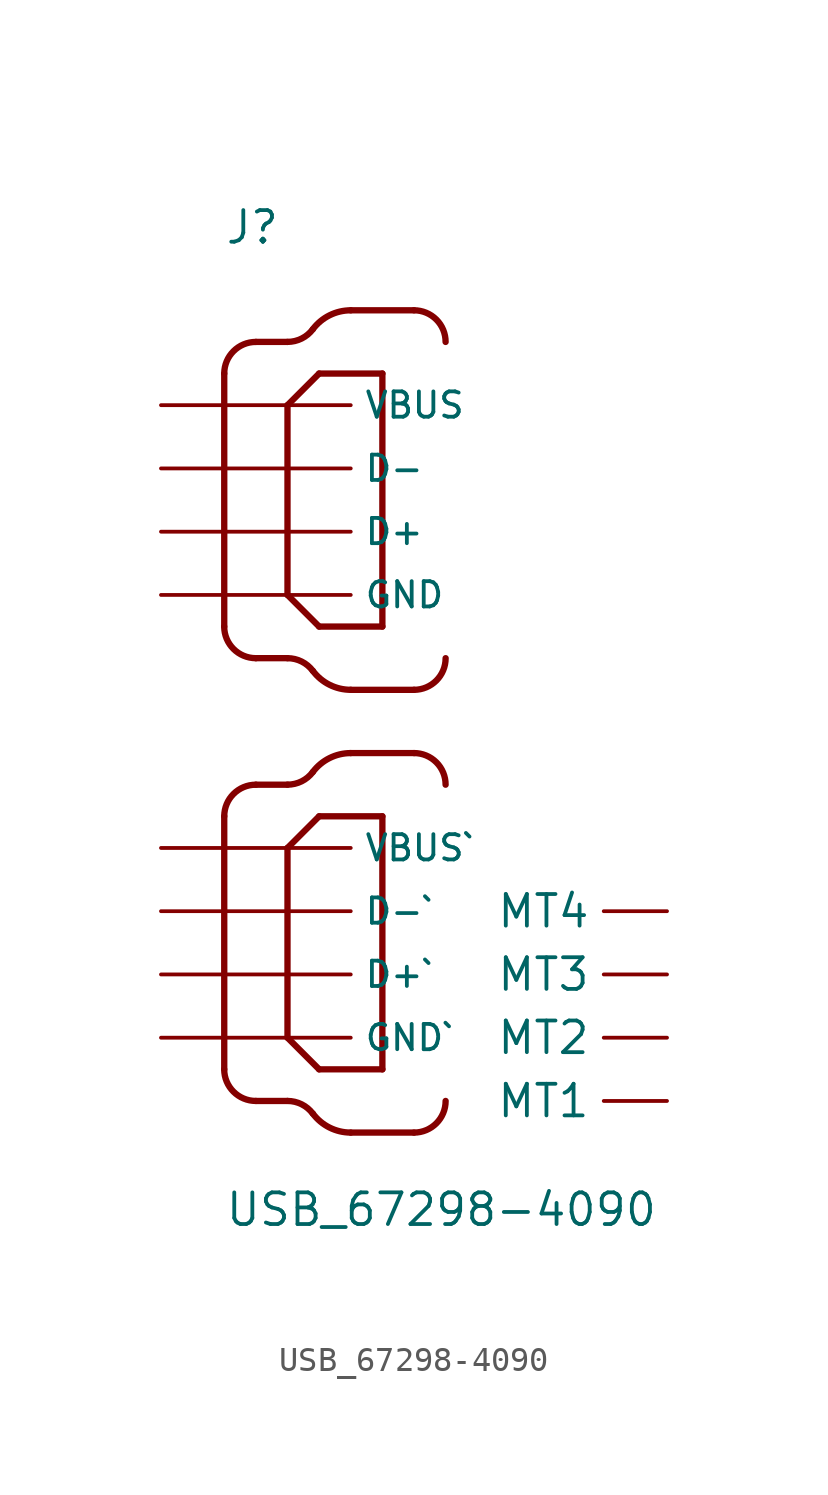
<source format=kicad_sym>
(kicad_symbol_lib
  (version 20241209)
  (generator "kicad_symbol_editor")
  (generator_version "9.0")
  (symbol "USB_67298-4090"
    (pin_numbers
      (hide yes))
    (property "Reference" "J"
      (at -5.08 21.641 0)
      (effects (font (size 1.27 1.27)) (justify left bottom)))
    (property "Value" "USB_67298-4090"
      (at -5.08 -17.805 0)
      (effects (font (size 1.27 1.27)) (justify left bottom)))
    (symbol "USB_67298-4090_0_0"
      (polyline (pts (xy -5.08 16.51) (xy -5.08 6.35)) (stroke (width 0.254) (type default)) (fill (type none)))
      (polyline (pts (xy -5.08 -1.27) (xy -5.08 -11.43)) (stroke (width 0.254) (type default)) (fill (type none)))
      (polyline (pts (xy -3.81 17.78) (xy -2.54 17.78)) (stroke (width 0.254) (type default)) (fill (type none)))
      (arc (start -5.08 16.51) (mid -4.708 17.408) (end -3.81 17.78) (stroke (width 0.254) (type default)) (fill (type none)))
      (arc (start -3.81 5.08) (mid -4.708 5.452) (end -5.08 6.35) (stroke (width 0.254) (type default)) (fill (type none)))
      (polyline (pts (xy -3.81 5.08) (xy -2.54 5.08)) (stroke (width 0.254) (type default)) (fill (type none)))
      (polyline (pts (xy -3.81 0) (xy -2.54 0)) (stroke (width 0.254) (type default)) (fill (type none)))
      (arc (start -5.08 -1.27) (mid -4.708 -0.372) (end -3.81 0) (stroke (width 0.254) (type default)) (fill (type none)))
      (arc (start -3.81 -12.7) (mid -4.708 -12.328) (end -5.08 -11.43) (stroke (width 0.254) (type default)) (fill (type none)))
      (polyline (pts (xy -3.81 -12.7) (xy -2.54 -12.7)) (stroke (width 0.254) (type default)) (fill (type none)))
      (arc (start -1.524 18.288) (mid -1.972 17.9141) (end -2.54 17.78) (stroke (width 0.254) (type default)) (fill (type none)))
      (polyline (pts (xy -2.54 15.24) (xy -2.54 7.62)) (stroke (width 0.254) (type default)) (fill (type none)))
      (polyline (pts (xy -2.54 7.62) (xy -1.27 6.35)) (stroke (width 0.254) (type default)) (fill (type none)))
      (arc (start -2.54 5.08) (mid -1.972 4.9459) (end -1.524 4.572) (stroke (width 0.254) (type default)) (fill (type none)))
      (arc (start -1.524 0.508) (mid -1.972 0.1341) (end -2.54 0) (stroke (width 0.254) (type default)) (fill (type none)))
      (polyline (pts (xy -2.54 -2.54) (xy -2.54 -10.16)) (stroke (width 0.254) (type default)) (fill (type none)))
      (polyline (pts (xy -2.54 -10.16) (xy -1.27 -11.43)) (stroke (width 0.254) (type default)) (fill (type none)))
      (arc (start -2.54 -12.7) (mid -1.972 -12.8341) (end -1.524 -13.208) (stroke (width 0.254) (type default)) (fill (type none)))
      (polyline (pts (xy -1.27 16.51) (xy -2.54 15.24)) (stroke (width 0.254) (type default)) (fill (type none)))
      (polyline (pts (xy -1.27 6.35) (xy 1.27 6.35)) (stroke (width 0.254) (type default)) (fill (type none)))
      (polyline (pts (xy -1.27 -1.27) (xy -2.54 -2.54)) (stroke (width 0.254) (type default)) (fill (type none)))
      (polyline (pts (xy -1.27 -11.43) (xy 1.27 -11.43)) (stroke (width 0.254) (type default)) (fill (type none)))
      (polyline (pts (xy 0 19.05) (xy 2.54 19.05)) (stroke (width 0.254) (type default)) (fill (type none)))
      (arc (start -1.524 18.288) (mid -0.8519 18.8489) (end 0 19.05) (stroke (width 0.254) (type default)) (fill (type none)))
      (arc (start 0 3.81) (mid -0.8519 4.0111) (end -1.524 4.572) (stroke (width 0.254) (type default)) (fill (type none)))
      (polyline (pts (xy 0 3.81) (xy 2.54 3.81)) (stroke (width 0.254) (type default)) (fill (type none)))
      (polyline (pts (xy 0 1.27) (xy 2.54 1.27)) (stroke (width 0.254) (type default)) (fill (type none)))
      (arc (start -1.524 0.508) (mid -0.8519 1.0689) (end 0 1.27) (stroke (width 0.254) (type default)) (fill (type none)))
      (arc (start 0 -13.97) (mid -0.8519 -13.7689) (end -1.524 -13.208) (stroke (width 0.254) (type default)) (fill (type none)))
      (polyline (pts (xy 0 -13.97) (xy 2.54 -13.97)) (stroke (width 0.254) (type default)) (fill (type none)))
      (polyline (pts (xy 1.27 16.51) (xy -1.27 16.51)) (stroke (width 0.254) (type default)) (fill (type none)))
      (polyline (pts (xy 1.27 6.35) (xy 1.27 16.51)) (stroke (width 0.254) (type default)) (fill (type none)))
      (polyline (pts (xy 1.27 -1.27) (xy -1.27 -1.27)) (stroke (width 0.254) (type default)) (fill (type none)))
      (polyline (pts (xy 1.27 -11.43) (xy 1.27 -1.27)) (stroke (width 0.254) (type default)) (fill (type none)))
      (arc (start 2.54 19.05) (mid 3.438 18.678) (end 3.81 17.78) (stroke (width 0.254) (type default)) (fill (type none)))
      (arc (start 3.81 5.08) (mid 3.438 4.182) (end 2.54 3.81) (stroke (width 0.254) (type default)) (fill (type none)))
      (arc (start 2.54 1.27) (mid 3.438 0.898) (end 3.81 0) (stroke (width 0.254) (type default)) (fill (type none)))
      (arc (start 3.81 -12.7) (mid 3.438 -13.598) (end 2.54 -13.97) (stroke (width 0.254) (type default)) (fill (type none)))
      (pin power_in line (at -7.62 15.24 0) (length 7.62) (name "VBUS" (effects (font (size 1.016 1.016)))) (number "5" (effects (font (size 1.016 1.016)))))
      (pin passive line (at -7.62 12.7 0) (length 7.62) (name "D-" (effects (font (size 1.016 1.016)))) (number "6" (effects (font (size 1.016 1.016)))))
      (pin passive line (at -7.62 10.16 0) (length 7.62) (name "D+" (effects (font (size 1.016 1.016)))) (number "7" (effects (font (size 1.016 1.016)))))
      (pin power_in line (at -7.62 7.62 0) (length 7.62) (name "GND" (effects (font (size 1.016 1.016)))) (number "8" (effects (font (size 1.016 1.016)))))
      (pin power_in line (at -7.62 -2.54 0) (length 7.62) (name "VBUS`" (effects (font (size 1.016 1.016)))) (number "1" (effects (font (size 1.016 1.016)))))
      (pin passive line (at -7.62 -5.08 0) (length 7.62) (name "D-`" (effects (font (size 1.016 1.016)))) (number "2" (effects (font (size 1.016 1.016)))))
      (pin passive line (at -7.62 -7.62 0) (length 7.62) (name "D+`" (effects (font (size 1.016 1.016)))) (number "3" (effects (font (size 1.016 1.016)))))
      (pin power_in line (at -7.62 -10.16 0) (length 7.62) (name "GND`" (effects (font (size 1.016 1.016)))) (number "4" (effects (font (size 1.016 1.016)))))
      (pin passive line (at 12.7 -5.08 180) (length 2.54) (name "MT4" (effects (font (size 1.27 1.27)))) (number "MT4" (effects (font (size 1.27 1.27)))))
      (pin passive line (at 12.7 -7.62 180) (length 2.54) (name "MT3" (effects (font (size 1.27 1.27)))) (number "MT3" (effects (font (size 1.27 1.27)))))
      (pin passive line (at 12.7 -10.16 180) (length 2.54) (name "MT2" (effects (font (size 1.27 1.27)))) (number "MT2" (effects (font (size 1.27 1.27)))))
      (pin passive line (at 12.7 -12.7 180) (length 2.54) (name "MT1" (effects (font (size 1.27 1.27)))) (number "MT1" (effects (font (size 1.27 1.27))))))))
</source>
